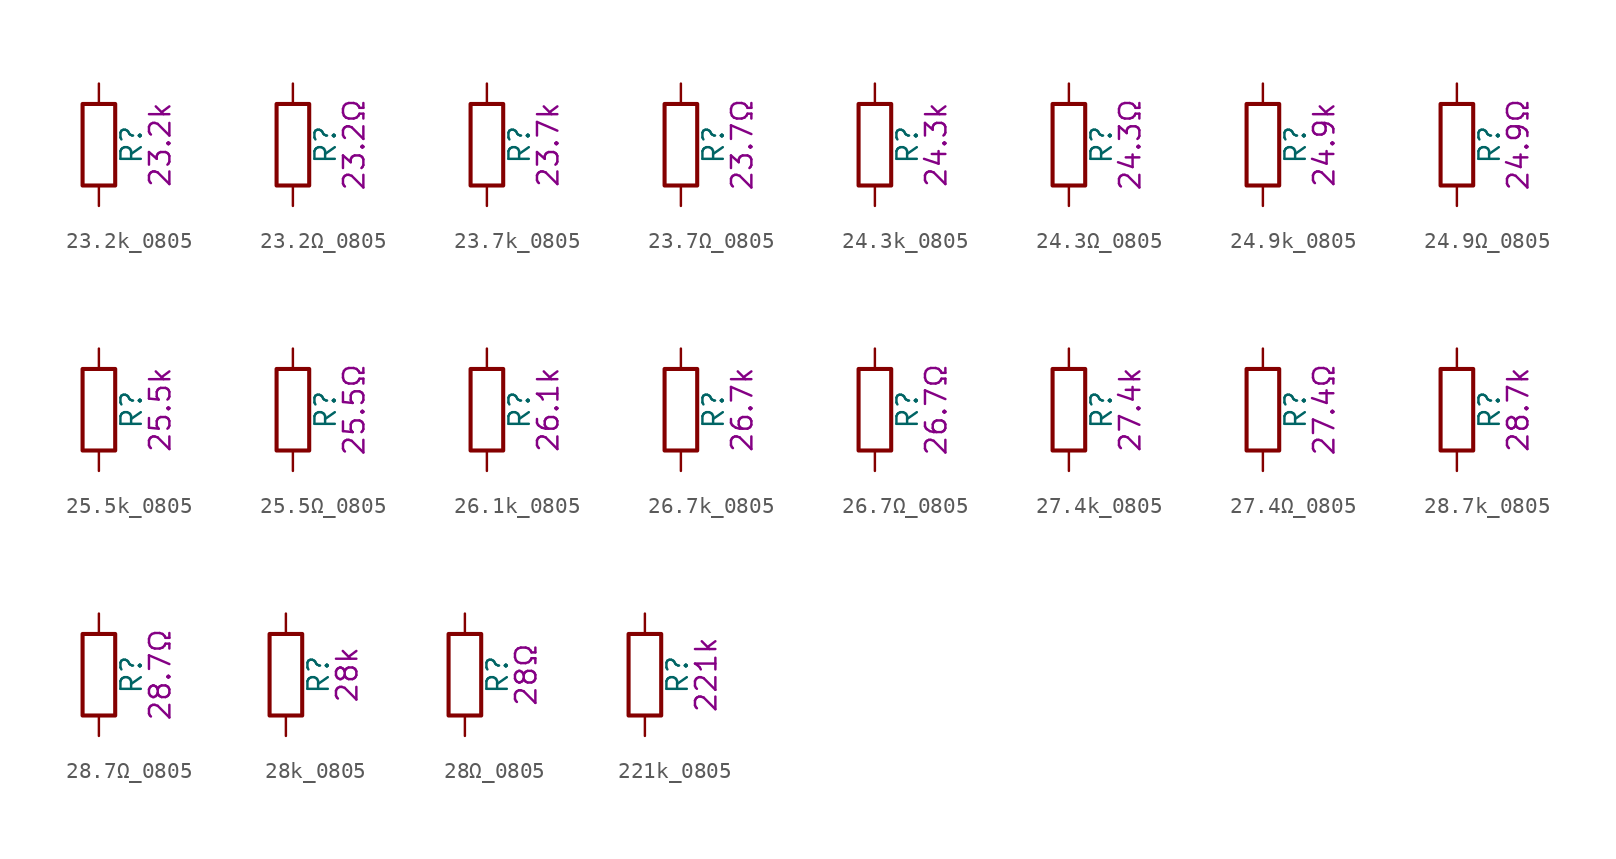
<source format=kicad_sym>
(kicad_symbol_lib
  (version 20211014)
  (generator kicad_symbol_editor)
  (symbol "23.2k_0805"
    (pin_numbers hide)
    (pin_names
      (offset 0))
    (property "Reference" "R"
      (at 2.032 0 90)
      (effects (font (size 1.27 1.27))))
    (property "Display" "23.2k"
      (at 3.81 0 90)
      (effects (font (size 1.27 1.27))))
    (symbol "23.2k_0805_0_1"
      (rectangle (start -1.016 -2.54) (end 1.016 2.54) (stroke (width 0.254) (type default) (color 0 0 0 0)) (fill (type none))))
    (symbol "23.2k_0805_1_1"
      (pin passive line (at 0 3.81 270) (length 1.27) (name "~" (effects (font (size 1.27 1.27)))) (number "1" (effects (font (size 1.27 1.27)))))
      (pin passive line (at 0 -3.81 90) (length 1.27) (name "~" (effects (font (size 1.27 1.27)))) (number "2" (effects (font (size 1.27 1.27)))))))
  (symbol "23.2Ω_0805"
    (pin_numbers hide)
    (pin_names
      (offset 0))
    (property "Reference" "R"
      (at 2.032 0 90)
      (effects (font (size 1.27 1.27))))
    (property "Display" "23.2Ω"
      (at 3.81 0 90)
      (effects (font (size 1.27 1.27))))
    (symbol "23.2Ω_0805_0_1"
      (rectangle (start -1.016 -2.54) (end 1.016 2.54) (stroke (width 0.254) (type default) (color 0 0 0 0)) (fill (type none))))
    (symbol "23.2Ω_0805_1_1"
      (pin passive line (at 0 3.81 270) (length 1.27) (name "~" (effects (font (size 1.27 1.27)))) (number "1" (effects (font (size 1.27 1.27)))))
      (pin passive line (at 0 -3.81 90) (length 1.27) (name "~" (effects (font (size 1.27 1.27)))) (number "2" (effects (font (size 1.27 1.27)))))))
  (symbol "23.7k_0805"
    (pin_numbers hide)
    (pin_names
      (offset 0))
    (property "Reference" "R"
      (at 2.032 0 90)
      (effects (font (size 1.27 1.27))))
    (property "Display" "23.7k"
      (at 3.81 0 90)
      (effects (font (size 1.27 1.27))))
    (symbol "23.7k_0805_0_1"
      (rectangle (start -1.016 -2.54) (end 1.016 2.54) (stroke (width 0.254) (type default) (color 0 0 0 0)) (fill (type none))))
    (symbol "23.7k_0805_1_1"
      (pin passive line (at 0 3.81 270) (length 1.27) (name "~" (effects (font (size 1.27 1.27)))) (number "1" (effects (font (size 1.27 1.27)))))
      (pin passive line (at 0 -3.81 90) (length 1.27) (name "~" (effects (font (size 1.27 1.27)))) (number "2" (effects (font (size 1.27 1.27)))))))
  (symbol "23.7Ω_0805"
    (pin_numbers hide)
    (pin_names
      (offset 0))
    (property "Reference" "R"
      (at 2.032 0 90)
      (effects (font (size 1.27 1.27))))
    (property "Display" "23.7Ω"
      (at 3.81 0 90)
      (effects (font (size 1.27 1.27))))
    (symbol "23.7Ω_0805_0_1"
      (rectangle (start -1.016 -2.54) (end 1.016 2.54) (stroke (width 0.254) (type default) (color 0 0 0 0)) (fill (type none))))
    (symbol "23.7Ω_0805_1_1"
      (pin passive line (at 0 3.81 270) (length 1.27) (name "~" (effects (font (size 1.27 1.27)))) (number "1" (effects (font (size 1.27 1.27)))))
      (pin passive line (at 0 -3.81 90) (length 1.27) (name "~" (effects (font (size 1.27 1.27)))) (number "2" (effects (font (size 1.27 1.27)))))))
  (symbol "24.3k_0805"
    (pin_numbers hide)
    (pin_names
      (offset 0))
    (property "Reference" "R"
      (at 2.032 0 90)
      (effects (font (size 1.27 1.27))))
    (property "Display" "24.3k"
      (at 3.81 0 90)
      (effects (font (size 1.27 1.27))))
    (symbol "24.3k_0805_0_1"
      (rectangle (start -1.016 -2.54) (end 1.016 2.54) (stroke (width 0.254) (type default) (color 0 0 0 0)) (fill (type none))))
    (symbol "24.3k_0805_1_1"
      (pin passive line (at 0 3.81 270) (length 1.27) (name "~" (effects (font (size 1.27 1.27)))) (number "1" (effects (font (size 1.27 1.27)))))
      (pin passive line (at 0 -3.81 90) (length 1.27) (name "~" (effects (font (size 1.27 1.27)))) (number "2" (effects (font (size 1.27 1.27)))))))
  (symbol "24.3Ω_0805"
    (pin_numbers hide)
    (pin_names
      (offset 0))
    (property "Reference" "R"
      (at 2.032 0 90)
      (effects (font (size 1.27 1.27))))
    (property "Display" "24.3Ω"
      (at 3.81 0 90)
      (effects (font (size 1.27 1.27))))
    (symbol "24.3Ω_0805_0_1"
      (rectangle (start -1.016 -2.54) (end 1.016 2.54) (stroke (width 0.254) (type default) (color 0 0 0 0)) (fill (type none))))
    (symbol "24.3Ω_0805_1_1"
      (pin passive line (at 0 3.81 270) (length 1.27) (name "~" (effects (font (size 1.27 1.27)))) (number "1" (effects (font (size 1.27 1.27)))))
      (pin passive line (at 0 -3.81 90) (length 1.27) (name "~" (effects (font (size 1.27 1.27)))) (number "2" (effects (font (size 1.27 1.27)))))))
  (symbol "24.9k_0805"
    (pin_numbers hide)
    (pin_names
      (offset 0))
    (property "Reference" "R"
      (at 2.032 0 90)
      (effects (font (size 1.27 1.27))))
    (property "Display" "24.9k"
      (at 3.81 0 90)
      (effects (font (size 1.27 1.27))))
    (symbol "24.9k_0805_0_1"
      (rectangle (start -1.016 -2.54) (end 1.016 2.54) (stroke (width 0.254) (type default) (color 0 0 0 0)) (fill (type none))))
    (symbol "24.9k_0805_1_1"
      (pin passive line (at 0 3.81 270) (length 1.27) (name "~" (effects (font (size 1.27 1.27)))) (number "1" (effects (font (size 1.27 1.27)))))
      (pin passive line (at 0 -3.81 90) (length 1.27) (name "~" (effects (font (size 1.27 1.27)))) (number "2" (effects (font (size 1.27 1.27)))))))
  (symbol "24.9Ω_0805"
    (pin_numbers hide)
    (pin_names
      (offset 0))
    (property "Reference" "R"
      (at 2.032 0 90)
      (effects (font (size 1.27 1.27))))
    (property "Display" "24.9Ω"
      (at 3.81 0 90)
      (effects (font (size 1.27 1.27))))
    (symbol "24.9Ω_0805_0_1"
      (rectangle (start -1.016 -2.54) (end 1.016 2.54) (stroke (width 0.254) (type default) (color 0 0 0 0)) (fill (type none))))
    (symbol "24.9Ω_0805_1_1"
      (pin passive line (at 0 3.81 270) (length 1.27) (name "~" (effects (font (size 1.27 1.27)))) (number "1" (effects (font (size 1.27 1.27)))))
      (pin passive line (at 0 -3.81 90) (length 1.27) (name "~" (effects (font (size 1.27 1.27)))) (number "2" (effects (font (size 1.27 1.27)))))))
  (symbol "25.5k_0805"
    (pin_numbers hide)
    (pin_names
      (offset 0))
    (property "Reference" "R"
      (at 2.032 0 90)
      (effects (font (size 1.27 1.27))))
    (property "Display" "25.5k"
      (at 3.81 0 90)
      (effects (font (size 1.27 1.27))))
    (symbol "25.5k_0805_0_1"
      (rectangle (start -1.016 -2.54) (end 1.016 2.54) (stroke (width 0.254) (type default) (color 0 0 0 0)) (fill (type none))))
    (symbol "25.5k_0805_1_1"
      (pin passive line (at 0 3.81 270) (length 1.27) (name "~" (effects (font (size 1.27 1.27)))) (number "1" (effects (font (size 1.27 1.27)))))
      (pin passive line (at 0 -3.81 90) (length 1.27) (name "~" (effects (font (size 1.27 1.27)))) (number "2" (effects (font (size 1.27 1.27)))))))
  (symbol "25.5Ω_0805"
    (pin_numbers hide)
    (pin_names
      (offset 0))
    (property "Reference" "R"
      (at 2.032 0 90)
      (effects (font (size 1.27 1.27))))
    (property "Display" "25.5Ω"
      (at 3.81 0 90)
      (effects (font (size 1.27 1.27))))
    (symbol "25.5Ω_0805_0_1"
      (rectangle (start -1.016 -2.54) (end 1.016 2.54) (stroke (width 0.254) (type default) (color 0 0 0 0)) (fill (type none))))
    (symbol "25.5Ω_0805_1_1"
      (pin passive line (at 0 3.81 270) (length 1.27) (name "~" (effects (font (size 1.27 1.27)))) (number "1" (effects (font (size 1.27 1.27)))))
      (pin passive line (at 0 -3.81 90) (length 1.27) (name "~" (effects (font (size 1.27 1.27)))) (number "2" (effects (font (size 1.27 1.27)))))))
  (symbol "26.1k_0805"
    (pin_numbers hide)
    (pin_names
      (offset 0))
    (property "Reference" "R"
      (at 2.032 0 90)
      (effects (font (size 1.27 1.27))))
    (property "Display" "26.1k"
      (at 3.81 0 90)
      (effects (font (size 1.27 1.27))))
    (symbol "26.1k_0805_0_1"
      (rectangle (start -1.016 -2.54) (end 1.016 2.54) (stroke (width 0.254) (type default) (color 0 0 0 0)) (fill (type none))))
    (symbol "26.1k_0805_1_1"
      (pin passive line (at 0 3.81 270) (length 1.27) (name "~" (effects (font (size 1.27 1.27)))) (number "1" (effects (font (size 1.27 1.27)))))
      (pin passive line (at 0 -3.81 90) (length 1.27) (name "~" (effects (font (size 1.27 1.27)))) (number "2" (effects (font (size 1.27 1.27)))))))
  (symbol "26.7k_0805"
    (pin_numbers hide)
    (pin_names
      (offset 0))
    (property "Reference" "R"
      (at 2.032 0 90)
      (effects (font (size 1.27 1.27))))
    (property "Display" "26.7k"
      (at 3.81 0 90)
      (effects (font (size 1.27 1.27))))
    (symbol "26.7k_0805_0_1"
      (rectangle (start -1.016 -2.54) (end 1.016 2.54) (stroke (width 0.254) (type default) (color 0 0 0 0)) (fill (type none))))
    (symbol "26.7k_0805_1_1"
      (pin passive line (at 0 3.81 270) (length 1.27) (name "~" (effects (font (size 1.27 1.27)))) (number "1" (effects (font (size 1.27 1.27)))))
      (pin passive line (at 0 -3.81 90) (length 1.27) (name "~" (effects (font (size 1.27 1.27)))) (number "2" (effects (font (size 1.27 1.27)))))))
  (symbol "26.7Ω_0805"
    (pin_numbers hide)
    (pin_names
      (offset 0))
    (property "Reference" "R"
      (at 2.032 0 90)
      (effects (font (size 1.27 1.27))))
    (property "Display" "26.7Ω"
      (at 3.81 0 90)
      (effects (font (size 1.27 1.27))))
    (symbol "26.7Ω_0805_0_1"
      (rectangle (start -1.016 -2.54) (end 1.016 2.54) (stroke (width 0.254) (type default) (color 0 0 0 0)) (fill (type none))))
    (symbol "26.7Ω_0805_1_1"
      (pin passive line (at 0 3.81 270) (length 1.27) (name "~" (effects (font (size 1.27 1.27)))) (number "1" (effects (font (size 1.27 1.27)))))
      (pin passive line (at 0 -3.81 90) (length 1.27) (name "~" (effects (font (size 1.27 1.27)))) (number "2" (effects (font (size 1.27 1.27)))))))
  (symbol "27.4k_0805"
    (pin_numbers hide)
    (pin_names
      (offset 0))
    (property "Reference" "R"
      (at 2.032 0 90)
      (effects (font (size 1.27 1.27))))
    (property "Display" "27.4k"
      (at 3.81 0 90)
      (effects (font (size 1.27 1.27))))
    (symbol "27.4k_0805_0_1"
      (rectangle (start -1.016 -2.54) (end 1.016 2.54) (stroke (width 0.254) (type default) (color 0 0 0 0)) (fill (type none))))
    (symbol "27.4k_0805_1_1"
      (pin passive line (at 0 3.81 270) (length 1.27) (name "~" (effects (font (size 1.27 1.27)))) (number "1" (effects (font (size 1.27 1.27)))))
      (pin passive line (at 0 -3.81 90) (length 1.27) (name "~" (effects (font (size 1.27 1.27)))) (number "2" (effects (font (size 1.27 1.27)))))))
  (symbol "27.4Ω_0805"
    (pin_numbers hide)
    (pin_names
      (offset 0))
    (property "Reference" "R"
      (at 2.032 0 90)
      (effects (font (size 1.27 1.27))))
    (property "Display" "27.4Ω"
      (at 3.81 0 90)
      (effects (font (size 1.27 1.27))))
    (symbol "27.4Ω_0805_0_1"
      (rectangle (start -1.016 -2.54) (end 1.016 2.54) (stroke (width 0.254) (type default) (color 0 0 0 0)) (fill (type none))))
    (symbol "27.4Ω_0805_1_1"
      (pin passive line (at 0 3.81 270) (length 1.27) (name "~" (effects (font (size 1.27 1.27)))) (number "1" (effects (font (size 1.27 1.27)))))
      (pin passive line (at 0 -3.81 90) (length 1.27) (name "~" (effects (font (size 1.27 1.27)))) (number "2" (effects (font (size 1.27 1.27)))))))
  (symbol "28.7k_0805"
    (pin_numbers hide)
    (pin_names
      (offset 0))
    (property "Reference" "R"
      (at 2.032 0 90)
      (effects (font (size 1.27 1.27))))
    (property "Display" "28.7k"
      (at 3.81 0 90)
      (effects (font (size 1.27 1.27))))
    (symbol "28.7k_0805_0_1"
      (rectangle (start -1.016 -2.54) (end 1.016 2.54) (stroke (width 0.254) (type default) (color 0 0 0 0)) (fill (type none))))
    (symbol "28.7k_0805_1_1"
      (pin passive line (at 0 3.81 270) (length 1.27) (name "~" (effects (font (size 1.27 1.27)))) (number "1" (effects (font (size 1.27 1.27)))))
      (pin passive line (at 0 -3.81 90) (length 1.27) (name "~" (effects (font (size 1.27 1.27)))) (number "2" (effects (font (size 1.27 1.27)))))))
  (symbol "28.7Ω_0805"
    (pin_numbers hide)
    (pin_names
      (offset 0))
    (property "Reference" "R"
      (at 2.032 0 90)
      (effects (font (size 1.27 1.27))))
    (property "Display" "28.7Ω"
      (at 3.81 0 90)
      (effects (font (size 1.27 1.27))))
    (symbol "28.7Ω_0805_0_1"
      (rectangle (start -1.016 -2.54) (end 1.016 2.54) (stroke (width 0.254) (type default) (color 0 0 0 0)) (fill (type none))))
    (symbol "28.7Ω_0805_1_1"
      (pin passive line (at 0 3.81 270) (length 1.27) (name "~" (effects (font (size 1.27 1.27)))) (number "1" (effects (font (size 1.27 1.27)))))
      (pin passive line (at 0 -3.81 90) (length 1.27) (name "~" (effects (font (size 1.27 1.27)))) (number "2" (effects (font (size 1.27 1.27)))))))
  (symbol "28k_0805"
    (pin_numbers hide)
    (pin_names
      (offset 0))
    (property "Reference" "R"
      (at 2.032 0 90)
      (effects (font (size 1.27 1.27))))
    (property "Display" "28k"
      (at 3.81 0 90)
      (effects (font (size 1.27 1.27))))
    (symbol "28k_0805_0_1"
      (rectangle (start -1.016 -2.54) (end 1.016 2.54) (stroke (width 0.254) (type default) (color 0 0 0 0)) (fill (type none))))
    (symbol "28k_0805_1_1"
      (pin passive line (at 0 3.81 270) (length 1.27) (name "~" (effects (font (size 1.27 1.27)))) (number "1" (effects (font (size 1.27 1.27)))))
      (pin passive line (at 0 -3.81 90) (length 1.27) (name "~" (effects (font (size 1.27 1.27)))) (number "2" (effects (font (size 1.27 1.27)))))))
  (symbol "28Ω_0805"
    (pin_numbers hide)
    (pin_names
      (offset 0))
    (property "Reference" "R"
      (at 2.032 0 90)
      (effects (font (size 1.27 1.27))))
    (property "Display" "28Ω"
      (at 3.81 0 90)
      (effects (font (size 1.27 1.27))))
    (symbol "28Ω_0805_0_1"
      (rectangle (start -1.016 -2.54) (end 1.016 2.54) (stroke (width 0.254) (type default) (color 0 0 0 0)) (fill (type none))))
    (symbol "28Ω_0805_1_1"
      (pin passive line (at 0 3.81 270) (length 1.27) (name "~" (effects (font (size 1.27 1.27)))) (number "1" (effects (font (size 1.27 1.27)))))
      (pin passive line (at 0 -3.81 90) (length 1.27) (name "~" (effects (font (size 1.27 1.27)))) (number "2" (effects (font (size 1.27 1.27)))))))
  (symbol "221k_0805"
    (pin_numbers hide)
    (pin_names
      (offset 0))
    (property "Reference" "R"
      (at 2.032 0 90)
      (effects (font (size 1.27 1.27))))
    (property "Display" "221k"
      (at 3.81 0 90)
      (effects (font (size 1.27 1.27))))
    (symbol "221k_0805_0_1"
      (rectangle (start -1.016 -2.54) (end 1.016 2.54) (stroke (width 0.254) (type default) (color 0 0 0 0)) (fill (type none))))
    (symbol "221k_0805_1_1"
      (pin passive line (at 0 3.81 270) (length 1.27) (name "~" (effects (font (size 1.27 1.27)))) (number "1" (effects (font (size 1.27 1.27)))))
      (pin passive line (at 0 -3.81 90) (length 1.27) (name "~" (effects (font (size 1.27 1.27)))) (number "2" (effects (font (size 1.27 1.27))))))))
</source>
